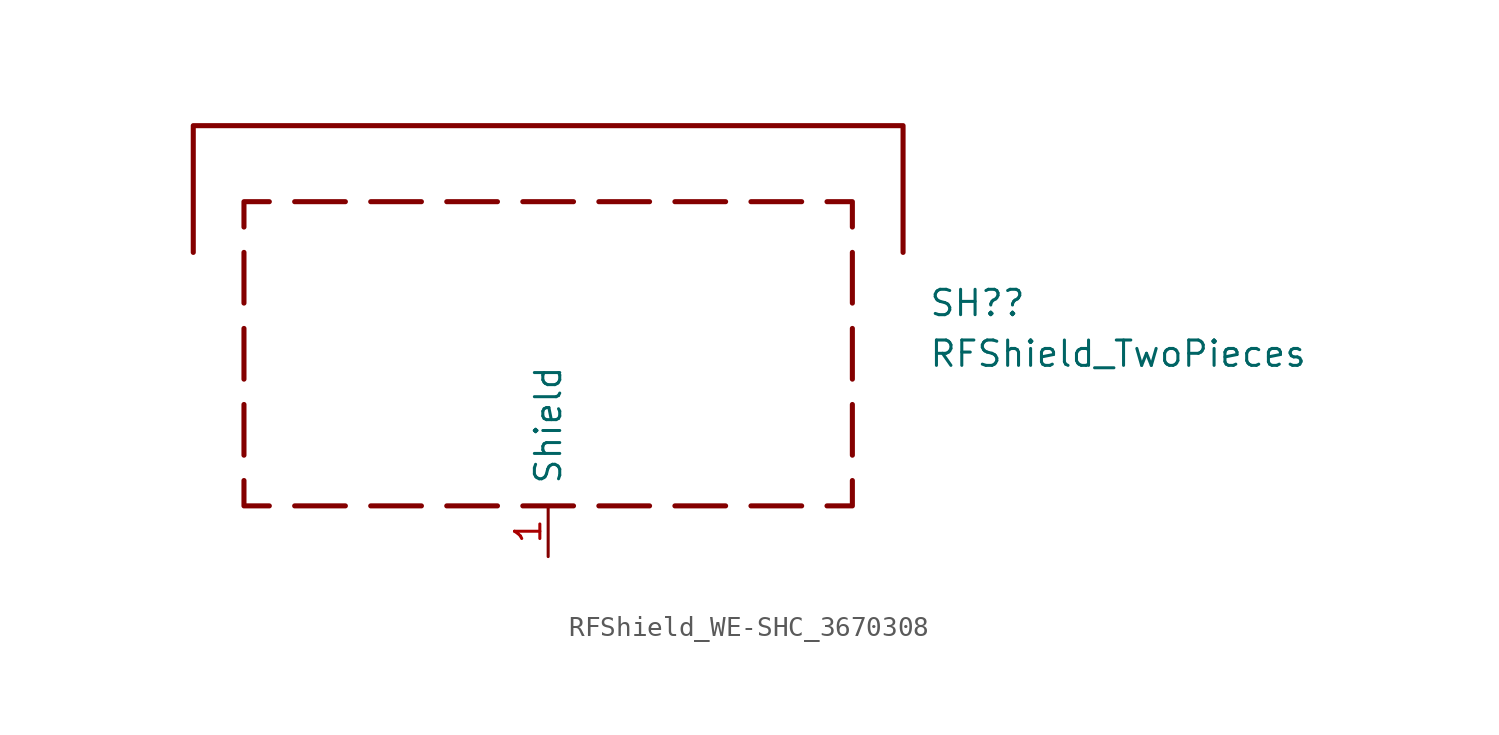
<source format=kicad_sym>
(kicad_symbol_lib
  (version 20231120)
  (generator "kicad_symbol_editor")
  (generator_version "8.0")
  (symbol "RFShield_WE-SHC_3670308"
    (pin_names
      (offset 1.016))
    (property "Reference" "SH?"
      (at 19.05 2.54 0)
      (effects (font (size 1.27 1.27)) (justify left)))
    (property "Value" "RFShield_TwoPieces"
      (at 19.05 0 0)
      (effects (font (size 1.27 1.27)) (justify left)))
    (symbol "RFShield_WE-SHC_3670308_0_1"
      (polyline (pts (xy -15.24 -5.08) (xy -15.24 -2.54)) (stroke (width 0.254) (type default)) (fill (type none)))
      (polyline (pts (xy -15.24 -1.27) (xy -15.24 1.27)) (stroke (width 0.254) (type default)) (fill (type none)))
      (polyline (pts (xy -15.24 2.54) (xy -15.24 5.08)) (stroke (width 0.254) (type default)) (fill (type none)))
      (polyline (pts (xy -12.7 7.62) (xy -10.16 7.62)) (stroke (width 0.254) (type default)) (fill (type none)))
      (polyline (pts (xy -10.16 -7.62) (xy -12.7 -7.62)) (stroke (width 0.254) (type default)) (fill (type none)))
      (polyline (pts (xy -6.35 -7.62) (xy -8.89 -7.62)) (stroke (width 0.254) (type default)) (fill (type none)))
      (polyline (pts (xy -6.35 7.62) (xy -8.89 7.62)) (stroke (width 0.254) (type default)) (fill (type none)))
      (polyline (pts (xy -2.54 -7.62) (xy -5.08 -7.62)) (stroke (width 0.254) (type default)) (fill (type none)))
      (polyline (pts (xy -2.54 7.62) (xy -5.08 7.62)) (stroke (width 0.254) (type default)) (fill (type none)))
      (polyline (pts (xy -1.27 -7.62) (xy 1.27 -7.62)) (stroke (width 0.254) (type default)) (fill (type none)))
      (polyline (pts (xy 1.27 7.62) (xy -1.27 7.62)) (stroke (width 0.254) (type default)) (fill (type none)))
      (polyline (pts (xy 2.54 -7.62) (xy 5.08 -7.62)) (stroke (width 0.254) (type default)) (fill (type none)))
      (polyline (pts (xy 5.08 7.62) (xy 2.54 7.62)) (stroke (width 0.254) (type default)) (fill (type none)))
      (polyline (pts (xy 6.35 -7.62) (xy 8.89 -7.62)) (stroke (width 0.254) (type default)) (fill (type none)))
      (polyline (pts (xy 8.89 7.62) (xy 6.35 7.62)) (stroke (width 0.254) (type default)) (fill (type none)))
      (polyline (pts (xy 10.16 -7.62) (xy 12.7 -7.62)) (stroke (width 0.254) (type default)) (fill (type none)))
      (polyline (pts (xy 12.7 7.62) (xy 10.16 7.62)) (stroke (width 0.254) (type default)) (fill (type none)))
      (polyline (pts (xy 15.24 -5.08) (xy 15.24 -2.54)) (stroke (width 0.254) (type default)) (fill (type none)))
      (polyline (pts (xy 15.24 -1.27) (xy 15.24 1.27)) (stroke (width 0.254) (type default)) (fill (type none)))
      (polyline (pts (xy 15.24 2.54) (xy 15.24 5.08)) (stroke (width 0.254) (type default)) (fill (type none)))
      (polyline (pts (xy -15.24 6.35) (xy -15.24 7.62) (xy -13.97 7.62)) (stroke (width 0.254) (type default)) (fill (type none)))
      (polyline (pts (xy -13.97 -7.62) (xy -15.24 -7.62) (xy -15.24 -6.35)) (stroke (width 0.254) (type default)) (fill (type none)))
      (polyline (pts (xy 13.97 -7.62) (xy 15.24 -7.62) (xy 15.24 -6.35)) (stroke (width 0.254) (type default)) (fill (type none)))
      (polyline (pts (xy 15.24 6.35) (xy 15.24 7.62) (xy 13.97 7.62)) (stroke (width 0.254) (type default)) (fill (type none)))
      (polyline (pts (xy -17.78 5.08) (xy -17.78 11.43) (xy 17.78 11.43) (xy 17.78 5.08)) (stroke (width 0.254) (type default)) (fill (type none))))
    (symbol "RFShield_WE-SHC_3670308_1_1"
      (pin passive line (at 0 -10.16 90) (length 2.54) (name "Shield" (effects (font (size 1.27 1.27)))) (number "1" (effects (font (size 1.27 1.27))))))))
</source>
